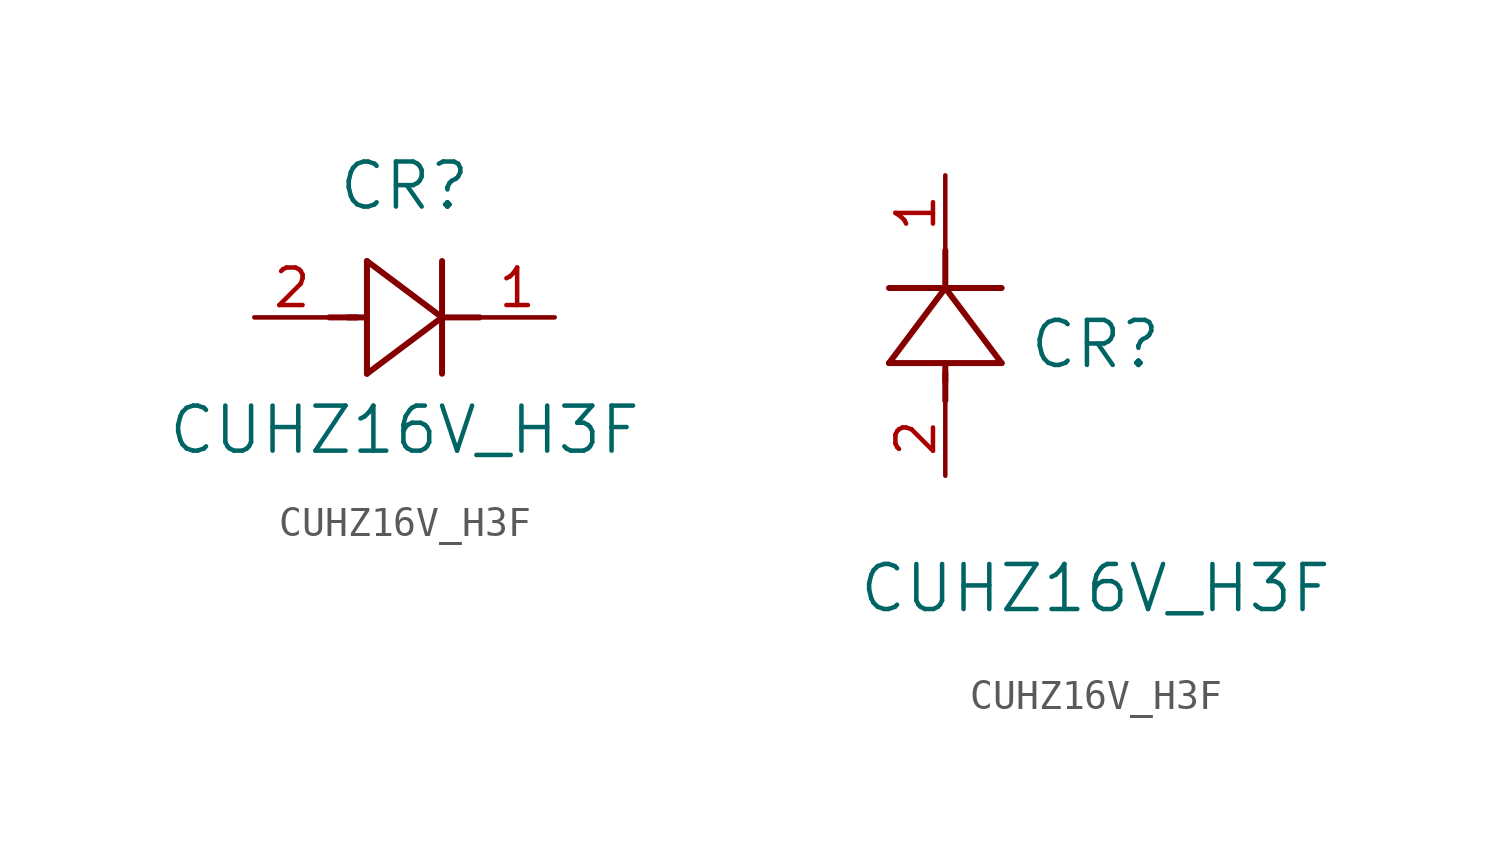
<source format=kicad_sym>
(kicad_symbol_lib
  (version 20211014)
  (generator kicad_symbol_editor)
  (symbol "CUHZ16V_H3F"
    (pin_names
      (offset 0.254))
    (property "Reference" "CR"
      (at 5.08 4.445 0)
      (effects (font (size 1.524 1.524))))
    (property "Value" "CUHZ16V_H3F"
      (at 5.08 -3.81 0)
      (effects (font (size 1.524 1.524))))
    (symbol "CUHZ16V_H3F_1_1"
      (polyline (pts (xy 2.54 0) (xy 3.48 0)) (stroke (width 0.203) (type default) (color 0 0 0 0)) (fill (type none)))
      (polyline (pts (xy 3.81 1.905) (xy 3.81 -1.905)) (stroke (width 0.203) (type default) (color 0 0 0 0)) (fill (type none)))
      (polyline (pts (xy 3.175 0) (xy 3.81 0)) (stroke (width 0.203) (type default) (color 0 0 0 0)) (fill (type none)))
      (polyline (pts (xy 6.35 -1.905) (xy 6.35 1.905)) (stroke (width 0.203) (type default) (color 0 0 0 0)) (fill (type none)))
      (polyline (pts (xy 6.35 0) (xy 7.62 0)) (stroke (width 0.203) (type default) (color 0 0 0 0)) (fill (type none)))
      (polyline (pts (xy 6.35 0) (xy 3.81 1.905)) (stroke (width 0.203) (type default) (color 0 0 0 0)) (fill (type none)))
      (polyline (pts (xy 3.81 -1.905) (xy 6.35 0)) (stroke (width 0.203) (type default) (color 0 0 0 0)) (fill (type none)))
      (pin unspecified line (at 10.16 0 180) (length 2.54) (name "" (effects (font (size 1.27 1.27)))) (number "1" (effects (font (size 1.27 1.27)))))
      (pin unspecified line (at 0 0 0) (length 2.54) (name "" (effects (font (size 1.27 1.27)))) (number "2" (effects (font (size 1.27 1.27))))))
    (symbol "CUHZ16V_H3F_1_2"
      (polyline (pts (xy 0 2.54) (xy 0 3.48)) (stroke (width 0.203) (type default) (color 0 0 0 0)) (fill (type none)))
      (polyline (pts (xy -1.905 3.81) (xy 1.905 3.81)) (stroke (width 0.203) (type default) (color 0 0 0 0)) (fill (type none)))
      (polyline (pts (xy 0 3.175) (xy 0 3.81)) (stroke (width 0.203) (type default) (color 0 0 0 0)) (fill (type none)))
      (polyline (pts (xy 1.905 6.35) (xy -1.905 6.35)) (stroke (width 0.203) (type default) (color 0 0 0 0)) (fill (type none)))
      (polyline (pts (xy 0 6.35) (xy 0 7.62)) (stroke (width 0.203) (type default) (color 0 0 0 0)) (fill (type none)))
      (polyline (pts (xy 0 6.35) (xy -1.905 3.81)) (stroke (width 0.203) (type default) (color 0 0 0 0)) (fill (type none)))
      (polyline (pts (xy 1.905 3.81) (xy 0 6.35)) (stroke (width 0.203) (type default) (color 0 0 0 0)) (fill (type none)))
      (pin unspecified line (at 0 10.16 270) (length 2.54) (name "" (effects (font (size 1.27 1.27)))) (number "1" (effects (font (size 1.27 1.27)))))
      (pin unspecified line (at 0 0 90) (length 2.54) (name "" (effects (font (size 1.27 1.27)))) (number "2" (effects (font (size 1.27 1.27))))))))
</source>
